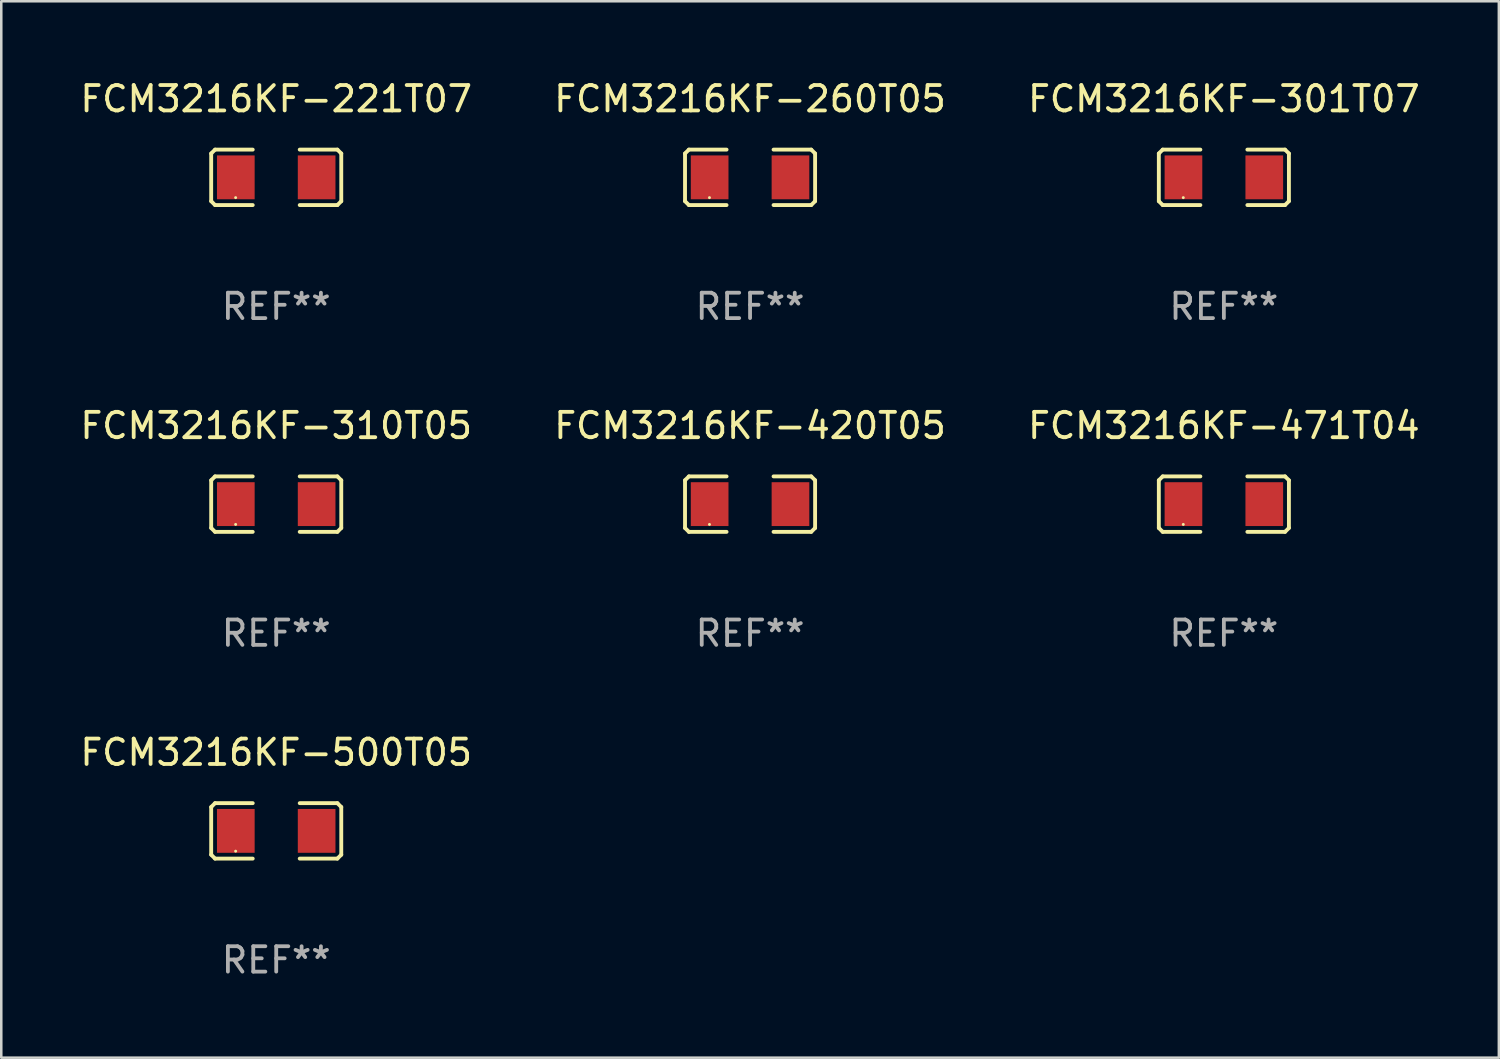
<source format=kicad_pcb>
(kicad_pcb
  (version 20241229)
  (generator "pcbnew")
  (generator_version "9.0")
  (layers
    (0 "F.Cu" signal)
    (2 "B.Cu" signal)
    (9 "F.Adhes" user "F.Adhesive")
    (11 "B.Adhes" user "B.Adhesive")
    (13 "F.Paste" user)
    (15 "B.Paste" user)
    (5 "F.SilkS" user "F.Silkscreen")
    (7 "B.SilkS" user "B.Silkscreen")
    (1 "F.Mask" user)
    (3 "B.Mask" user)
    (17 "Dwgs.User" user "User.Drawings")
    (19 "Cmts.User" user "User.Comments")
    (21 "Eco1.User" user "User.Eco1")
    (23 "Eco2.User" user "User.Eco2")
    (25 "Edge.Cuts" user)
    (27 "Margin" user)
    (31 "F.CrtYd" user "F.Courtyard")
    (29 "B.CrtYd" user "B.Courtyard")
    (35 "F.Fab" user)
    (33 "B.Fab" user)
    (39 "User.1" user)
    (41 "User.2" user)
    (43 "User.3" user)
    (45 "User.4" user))
  (footprint "FCM3216KF-420T05"
    (layer "F.Cu")
    (at 26.518 16.823)
    (property "Reference" "FCM3216KF-420T05" (at 0 -3.093 0) (layer "F.SilkS") (effects (font (size 1 1) (thickness 0.15))))
    (attr through_hole)
    (fp_line (start -2.564 -0.94) (end -2.411 -1.093) (stroke (width 0.152) (type solid)) (layer "F.SilkS"))
    (fp_line (start -2.564 0.94) (end -2.564 -0.94) (stroke (width 0.152) (type solid)) (layer "F.SilkS"))
    (fp_line (start -2.411 -1.093) (end -0.926 -1.093) (stroke (width 0.152) (type solid)) (layer "F.SilkS"))
    (fp_line (start -2.411 1.093) (end -2.564 0.94) (stroke (width 0.152) (type solid)) (layer "F.SilkS"))
    (fp_line (start -0.926 1.093) (end -2.411 1.093) (stroke (width 0.152) (type solid)) (layer "F.SilkS"))
    (fp_line (start 0.926 1.093) (end 2.411 1.093) (stroke (width 0.152) (type solid)) (layer "F.SilkS"))
    (fp_line (start 2.411 -1.093) (end 0.926 -1.093) (stroke (width 0.152) (type solid)) (layer "F.SilkS"))
    (fp_line (start 2.411 1.093) (end 2.564 0.94) (stroke (width 0.152) (type solid)) (layer "F.SilkS"))
    (fp_line (start 2.564 -0.94) (end 2.411 -1.093) (stroke (width 0.152) (type solid)) (layer "F.SilkS"))
    (fp_line (start 2.564 0.94) (end 2.564 -0.94) (stroke (width 0.152) (type solid)) (layer "F.SilkS"))
    (fp_circle (center -1.6 0.8) (end -1.57 0.8) (stroke (width 0.06) (type solid)) (fill no) (layer "F.SilkS"))
    (fp_text user "REF**" (at 0 5.093 0) (layer "F.Fab") (effects (font (size 1 1) (thickness 0.15))))
    (pad "1" smd rect (at -1.593 0) (size 1.485 1.728) (layers "F.Cu" "F.Mask" "F.Paste"))
    (pad "2" smd rect (at 1.593 0) (size 1.485 1.728) (layers "F.Cu" "F.Mask" "F.Paste")))
  (footprint "FCM3216KF-301T07"
    (layer "F.Cu")
    (at 45.196 3.941)
    (property "Reference" "FCM3216KF-301T07" (at 0 -3.093 0) (layer "F.SilkS") (effects (font (size 1 1) (thickness 0.15))))
    (attr through_hole)
    (fp_line (start -2.564 -0.94) (end -2.411 -1.093) (stroke (width 0.152) (type solid)) (layer "F.SilkS"))
    (fp_line (start -2.564 0.94) (end -2.564 -0.94) (stroke (width 0.152) (type solid)) (layer "F.SilkS"))
    (fp_line (start -2.411 -1.093) (end -0.926 -1.093) (stroke (width 0.152) (type solid)) (layer "F.SilkS"))
    (fp_line (start -2.411 1.093) (end -2.564 0.94) (stroke (width 0.152) (type solid)) (layer "F.SilkS"))
    (fp_line (start -0.926 1.093) (end -2.411 1.093) (stroke (width 0.152) (type solid)) (layer "F.SilkS"))
    (fp_line (start 0.926 1.093) (end 2.411 1.093) (stroke (width 0.152) (type solid)) (layer "F.SilkS"))
    (fp_line (start 2.411 -1.093) (end 0.926 -1.093) (stroke (width 0.152) (type solid)) (layer "F.SilkS"))
    (fp_line (start 2.411 1.093) (end 2.564 0.94) (stroke (width 0.152) (type solid)) (layer "F.SilkS"))
    (fp_line (start 2.564 -0.94) (end 2.411 -1.093) (stroke (width 0.152) (type solid)) (layer "F.SilkS"))
    (fp_line (start 2.564 0.94) (end 2.564 -0.94) (stroke (width 0.152) (type solid)) (layer "F.SilkS"))
    (fp_circle (center -1.6 0.8) (end -1.57 0.8) (stroke (width 0.06) (type solid)) (fill no) (layer "F.SilkS"))
    (fp_text user "REF**" (at 0 5.093 0) (layer "F.Fab") (effects (font (size 1 1) (thickness 0.15))))
    (pad "1" smd rect (at -1.593 0) (size 1.485 1.728) (layers "F.Cu" "F.Mask" "F.Paste"))
    (pad "2" smd rect (at 1.593 0) (size 1.485 1.728) (layers "F.Cu" "F.Mask" "F.Paste")))
  (footprint "FCM3216KF-260T05"
    (layer "F.Cu")
    (at 26.518 3.941)
    (property "Reference" "FCM3216KF-260T05" (at 0 -3.093 0) (layer "F.SilkS") (effects (font (size 1 1) (thickness 0.15))))
    (attr through_hole)
    (fp_line (start -2.564 -0.94) (end -2.411 -1.093) (stroke (width 0.152) (type solid)) (layer "F.SilkS"))
    (fp_line (start -2.564 0.94) (end -2.564 -0.94) (stroke (width 0.152) (type solid)) (layer "F.SilkS"))
    (fp_line (start -2.411 -1.093) (end -0.926 -1.093) (stroke (width 0.152) (type solid)) (layer "F.SilkS"))
    (fp_line (start -2.411 1.093) (end -2.564 0.94) (stroke (width 0.152) (type solid)) (layer "F.SilkS"))
    (fp_line (start -0.926 1.093) (end -2.411 1.093) (stroke (width 0.152) (type solid)) (layer "F.SilkS"))
    (fp_line (start 0.926 1.093) (end 2.411 1.093) (stroke (width 0.152) (type solid)) (layer "F.SilkS"))
    (fp_line (start 2.411 -1.093) (end 0.926 -1.093) (stroke (width 0.152) (type solid)) (layer "F.SilkS"))
    (fp_line (start 2.411 1.093) (end 2.564 0.94) (stroke (width 0.152) (type solid)) (layer "F.SilkS"))
    (fp_line (start 2.564 -0.94) (end 2.411 -1.093) (stroke (width 0.152) (type solid)) (layer "F.SilkS"))
    (fp_line (start 2.564 0.94) (end 2.564 -0.94) (stroke (width 0.152) (type solid)) (layer "F.SilkS"))
    (fp_circle (center -1.6 0.8) (end -1.57 0.8) (stroke (width 0.06) (type solid)) (fill no) (layer "F.SilkS"))
    (fp_text user "REF**" (at 0 5.093 0) (layer "F.Fab") (effects (font (size 1 1) (thickness 0.15))))
    (pad "1" smd rect (at -1.593 0) (size 1.485 1.728) (layers "F.Cu" "F.Mask" "F.Paste"))
    (pad "2" smd rect (at 1.593 0) (size 1.485 1.728) (layers "F.Cu" "F.Mask" "F.Paste")))
  (footprint "FCM3216KF-221T07"
    (layer "F.Cu")
    (at 7.839 3.941)
    (property "Reference" "FCM3216KF-221T07" (at 0 -3.093 0) (layer "F.SilkS") (effects (font (size 1 1) (thickness 0.15))))
    (attr through_hole)
    (fp_line (start -2.564 -0.94) (end -2.411 -1.093) (stroke (width 0.152) (type solid)) (layer "F.SilkS"))
    (fp_line (start -2.564 0.94) (end -2.564 -0.94) (stroke (width 0.152) (type solid)) (layer "F.SilkS"))
    (fp_line (start -2.411 -1.093) (end -0.926 -1.093) (stroke (width 0.152) (type solid)) (layer "F.SilkS"))
    (fp_line (start -2.411 1.093) (end -2.564 0.94) (stroke (width 0.152) (type solid)) (layer "F.SilkS"))
    (fp_line (start -0.926 1.093) (end -2.411 1.093) (stroke (width 0.152) (type solid)) (layer "F.SilkS"))
    (fp_line (start 0.926 1.093) (end 2.411 1.093) (stroke (width 0.152) (type solid)) (layer "F.SilkS"))
    (fp_line (start 2.411 -1.093) (end 0.926 -1.093) (stroke (width 0.152) (type solid)) (layer "F.SilkS"))
    (fp_line (start 2.411 1.093) (end 2.564 0.94) (stroke (width 0.152) (type solid)) (layer "F.SilkS"))
    (fp_line (start 2.564 -0.94) (end 2.411 -1.093) (stroke (width 0.152) (type solid)) (layer "F.SilkS"))
    (fp_line (start 2.564 0.94) (end 2.564 -0.94) (stroke (width 0.152) (type solid)) (layer "F.SilkS"))
    (fp_circle (center -1.6 0.8) (end -1.57 0.8) (stroke (width 0.06) (type solid)) (fill no) (layer "F.SilkS"))
    (fp_text user "REF**" (at 0 5.093 0) (layer "F.Fab") (effects (font (size 1 1) (thickness 0.15))))
    (pad "1" smd rect (at -1.593 0) (size 1.485 1.728) (layers "F.Cu" "F.Mask" "F.Paste"))
    (pad "2" smd rect (at 1.593 0) (size 1.485 1.728) (layers "F.Cu" "F.Mask" "F.Paste")))
  (footprint "FCM3216KF-471T04"
    (layer "F.Cu")
    (at 45.196 16.823)
    (property "Reference" "FCM3216KF-471T04" (at 0 -3.093 0) (layer "F.SilkS") (effects (font (size 1 1) (thickness 0.15))))
    (attr through_hole)
    (fp_line (start -2.564 -0.94) (end -2.411 -1.093) (stroke (width 0.152) (type solid)) (layer "F.SilkS"))
    (fp_line (start -2.564 0.94) (end -2.564 -0.94) (stroke (width 0.152) (type solid)) (layer "F.SilkS"))
    (fp_line (start -2.411 -1.093) (end -0.926 -1.093) (stroke (width 0.152) (type solid)) (layer "F.SilkS"))
    (fp_line (start -2.411 1.093) (end -2.564 0.94) (stroke (width 0.152) (type solid)) (layer "F.SilkS"))
    (fp_line (start -0.926 1.093) (end -2.411 1.093) (stroke (width 0.152) (type solid)) (layer "F.SilkS"))
    (fp_line (start 0.926 1.093) (end 2.411 1.093) (stroke (width 0.152) (type solid)) (layer "F.SilkS"))
    (fp_line (start 2.411 -1.093) (end 0.926 -1.093) (stroke (width 0.152) (type solid)) (layer "F.SilkS"))
    (fp_line (start 2.411 1.093) (end 2.564 0.94) (stroke (width 0.152) (type solid)) (layer "F.SilkS"))
    (fp_line (start 2.564 -0.94) (end 2.411 -1.093) (stroke (width 0.152) (type solid)) (layer "F.SilkS"))
    (fp_line (start 2.564 0.94) (end 2.564 -0.94) (stroke (width 0.152) (type solid)) (layer "F.SilkS"))
    (fp_circle (center -1.6 0.8) (end -1.57 0.8) (stroke (width 0.06) (type solid)) (fill no) (layer "F.SilkS"))
    (fp_text user "REF**" (at 0 5.093 0) (layer "F.Fab") (effects (font (size 1 1) (thickness 0.15))))
    (pad "1" smd rect (at -1.593 0) (size 1.485 1.728) (layers "F.Cu" "F.Mask" "F.Paste"))
    (pad "2" smd rect (at 1.593 0) (size 1.485 1.728) (layers "F.Cu" "F.Mask" "F.Paste")))
  (footprint "FCM3216KF-500T05"
    (layer "F.Cu")
    (at 7.839 29.704)
    (property "Reference" "FCM3216KF-500T05" (at 0 -3.093 0) (layer "F.SilkS") (effects (font (size 1 1) (thickness 0.15))))
    (attr through_hole)
    (fp_line (start -2.564 -0.94) (end -2.411 -1.093) (stroke (width 0.152) (type solid)) (layer "F.SilkS"))
    (fp_line (start -2.564 0.94) (end -2.564 -0.94) (stroke (width 0.152) (type solid)) (layer "F.SilkS"))
    (fp_line (start -2.411 -1.093) (end -0.926 -1.093) (stroke (width 0.152) (type solid)) (layer "F.SilkS"))
    (fp_line (start -2.411 1.093) (end -2.564 0.94) (stroke (width 0.152) (type solid)) (layer "F.SilkS"))
    (fp_line (start -0.926 1.093) (end -2.411 1.093) (stroke (width 0.152) (type solid)) (layer "F.SilkS"))
    (fp_line (start 0.926 1.093) (end 2.411 1.093) (stroke (width 0.152) (type solid)) (layer "F.SilkS"))
    (fp_line (start 2.411 -1.093) (end 0.926 -1.093) (stroke (width 0.152) (type solid)) (layer "F.SilkS"))
    (fp_line (start 2.411 1.093) (end 2.564 0.94) (stroke (width 0.152) (type solid)) (layer "F.SilkS"))
    (fp_line (start 2.564 -0.94) (end 2.411 -1.093) (stroke (width 0.152) (type solid)) (layer "F.SilkS"))
    (fp_line (start 2.564 0.94) (end 2.564 -0.94) (stroke (width 0.152) (type solid)) (layer "F.SilkS"))
    (fp_circle (center -1.6 0.8) (end -1.57 0.8) (stroke (width 0.06) (type solid)) (fill no) (layer "F.SilkS"))
    (fp_text user "REF**" (at 0 5.093 0) (layer "F.Fab") (effects (font (size 1 1) (thickness 0.15))))
    (pad "1" smd rect (at -1.593 0) (size 1.485 1.728) (layers "F.Cu" "F.Mask" "F.Paste"))
    (pad "2" smd rect (at 1.593 0) (size 1.485 1.728) (layers "F.Cu" "F.Mask" "F.Paste")))
  (footprint "FCM3216KF-310T05"
    (layer "F.Cu")
    (at 7.839 16.823)
    (property "Reference" "FCM3216KF-310T05" (at 0 -3.093 0) (layer "F.SilkS") (effects (font (size 1 1) (thickness 0.15))))
    (attr through_hole)
    (fp_line (start -2.564 -0.94) (end -2.411 -1.093) (stroke (width 0.152) (type solid)) (layer "F.SilkS"))
    (fp_line (start -2.564 0.94) (end -2.564 -0.94) (stroke (width 0.152) (type solid)) (layer "F.SilkS"))
    (fp_line (start -2.411 -1.093) (end -0.926 -1.093) (stroke (width 0.152) (type solid)) (layer "F.SilkS"))
    (fp_line (start -2.411 1.093) (end -2.564 0.94) (stroke (width 0.152) (type solid)) (layer "F.SilkS"))
    (fp_line (start -0.926 1.093) (end -2.411 1.093) (stroke (width 0.152) (type solid)) (layer "F.SilkS"))
    (fp_line (start 0.926 1.093) (end 2.411 1.093) (stroke (width 0.152) (type solid)) (layer "F.SilkS"))
    (fp_line (start 2.411 -1.093) (end 0.926 -1.093) (stroke (width 0.152) (type solid)) (layer "F.SilkS"))
    (fp_line (start 2.411 1.093) (end 2.564 0.94) (stroke (width 0.152) (type solid)) (layer "F.SilkS"))
    (fp_line (start 2.564 -0.94) (end 2.411 -1.093) (stroke (width 0.152) (type solid)) (layer "F.SilkS"))
    (fp_line (start 2.564 0.94) (end 2.564 -0.94) (stroke (width 0.152) (type solid)) (layer "F.SilkS"))
    (fp_circle (center -1.6 0.8) (end -1.57 0.8) (stroke (width 0.06) (type solid)) (fill no) (layer "F.SilkS"))
    (fp_text user "REF**" (at 0 5.093 0) (layer "F.Fab") (effects (font (size 1 1) (thickness 0.15))))
    (pad "1" smd rect (at -1.593 0) (size 1.485 1.728) (layers "F.Cu" "F.Mask" "F.Paste"))
    (pad "2" smd rect (at 1.593 0) (size 1.485 1.728) (layers "F.Cu" "F.Mask" "F.Paste")))
  (gr_rect
    (start -3 -3)
    (end 56.036 38.645)
    (stroke (width 0.1) (type default))
    (fill no)
    (layer "Edge.Cuts")))
</source>
